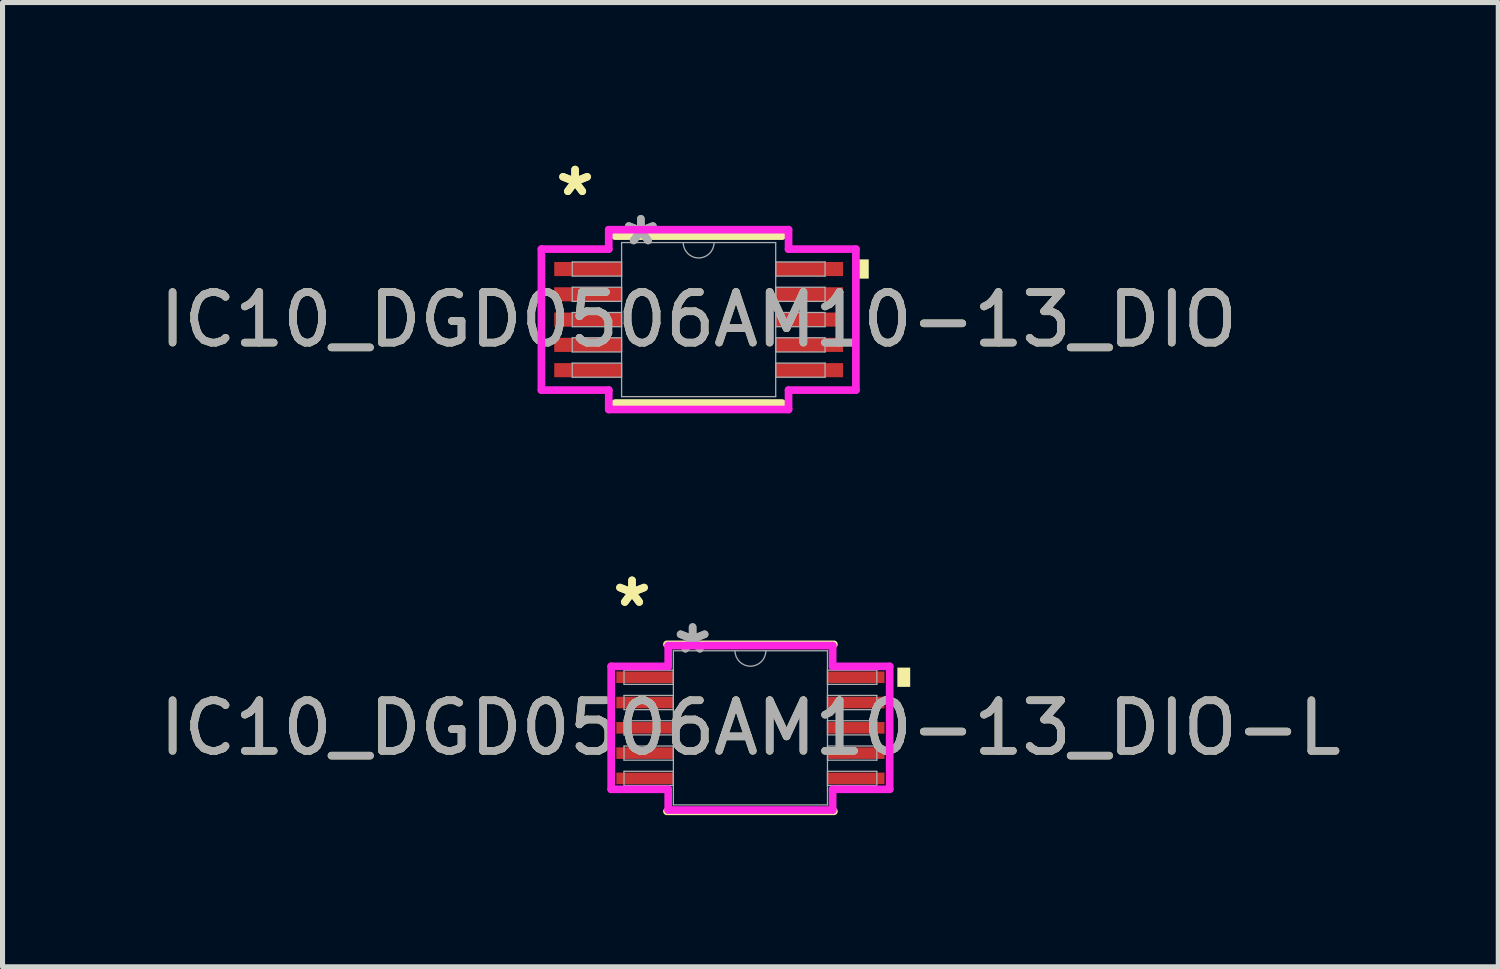
<source format=kicad_pcb>
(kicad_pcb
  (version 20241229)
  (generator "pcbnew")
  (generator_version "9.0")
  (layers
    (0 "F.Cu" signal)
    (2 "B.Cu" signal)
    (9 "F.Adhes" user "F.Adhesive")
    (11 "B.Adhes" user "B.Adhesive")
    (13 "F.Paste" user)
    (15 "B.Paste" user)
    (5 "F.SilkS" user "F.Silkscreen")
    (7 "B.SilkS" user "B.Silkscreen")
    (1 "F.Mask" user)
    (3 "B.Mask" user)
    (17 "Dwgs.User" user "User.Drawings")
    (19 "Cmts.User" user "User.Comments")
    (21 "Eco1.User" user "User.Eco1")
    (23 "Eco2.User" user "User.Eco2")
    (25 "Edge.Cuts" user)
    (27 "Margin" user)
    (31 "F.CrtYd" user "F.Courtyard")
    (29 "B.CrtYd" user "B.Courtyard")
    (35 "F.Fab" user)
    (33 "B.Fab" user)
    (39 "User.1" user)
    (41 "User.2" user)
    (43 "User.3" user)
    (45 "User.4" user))
  (footprint "IC10_DGD0506AM10-13_DIO-L"
    (layer "F.Cu")
    (at 11.792 11.345)
    (property "Reference" "IC10_DGD0506AM10-13_DIO-L" (at 0 0 0) (unlocked yes) (layer "F.SilkS") (effects (font (size 1 1) (thickness 0.15))))
    (attr smd)
    (fp_line (start -1.651 1.651) (end 1.651 1.651) (stroke (width 0.152) (type solid)) (layer "F.SilkS"))
    (fp_line (start 1.651 -1.651) (end -1.651 -1.651) (stroke (width 0.152) (type solid)) (layer "F.SilkS"))
    (fp_poly (pts (xy 3.16 -1.191) (xy 3.16 -0.81) (xy 2.906 -0.81) (xy 2.906 -1.191)) (stroke (width 0) (type solid)) (fill yes) (layer "F.SilkS"))
    (fp_line (start -2.754 -1.216) (end -1.626 -1.216) (stroke (width 0.152) (type solid)) (layer "F.CrtYd"))
    (fp_line (start -2.754 1.216) (end -2.754 -1.216) (stroke (width 0.152) (type solid)) (layer "F.CrtYd"))
    (fp_line (start -2.754 1.216) (end -1.626 1.216) (stroke (width 0.152) (type solid)) (layer "F.CrtYd"))
    (fp_line (start -1.626 -1.626) (end 1.626 -1.626) (stroke (width 0.152) (type solid)) (layer "F.CrtYd"))
    (fp_line (start -1.626 -1.216) (end -1.626 -1.626) (stroke (width 0.152) (type solid)) (layer "F.CrtYd"))
    (fp_line (start -1.626 1.626) (end -1.626 1.216) (stroke (width 0.152) (type solid)) (layer "F.CrtYd"))
    (fp_line (start 1.626 -1.626) (end 1.626 -1.216) (stroke (width 0.152) (type solid)) (layer "F.CrtYd"))
    (fp_line (start 1.626 1.216) (end 1.626 1.626) (stroke (width 0.152) (type solid)) (layer "F.CrtYd"))
    (fp_line (start 1.626 1.626) (end -1.626 1.626) (stroke (width 0.152) (type solid)) (layer "F.CrtYd"))
    (fp_line (start 2.754 -1.216) (end 1.626 -1.216) (stroke (width 0.152) (type solid)) (layer "F.CrtYd"))
    (fp_line (start 2.754 -1.216) (end 2.754 1.216) (stroke (width 0.152) (type solid)) (layer "F.CrtYd"))
    (fp_line (start 2.754 1.216) (end 1.626 1.216) (stroke (width 0.152) (type solid)) (layer "F.CrtYd"))
    (fp_line (start -2.5 -1.14) (end -2.5 -0.86) (stroke (width 0.025) (type solid)) (layer "F.Fab"))
    (fp_line (start -2.5 -0.86) (end -1.524 -0.86) (stroke (width 0.025) (type solid)) (layer "F.Fab"))
    (fp_line (start -2.5 -0.64) (end -2.5 -0.36) (stroke (width 0.025) (type solid)) (layer "F.Fab"))
    (fp_line (start -2.5 -0.36) (end -1.524 -0.36) (stroke (width 0.025) (type solid)) (layer "F.Fab"))
    (fp_line (start -2.5 -0.14) (end -2.5 0.14) (stroke (width 0.025) (type solid)) (layer "F.Fab"))
    (fp_line (start -2.5 0.14) (end -1.524 0.14) (stroke (width 0.025) (type solid)) (layer "F.Fab"))
    (fp_line (start -2.5 0.36) (end -2.5 0.64) (stroke (width 0.025) (type solid)) (layer "F.Fab"))
    (fp_line (start -2.5 0.64) (end -1.524 0.64) (stroke (width 0.025) (type solid)) (layer "F.Fab"))
    (fp_line (start -2.5 0.86) (end -2.5 1.14) (stroke (width 0.025) (type solid)) (layer "F.Fab"))
    (fp_line (start -2.5 1.14) (end -1.524 1.14) (stroke (width 0.025) (type solid)) (layer "F.Fab"))
    (fp_line (start -1.524 -1.524) (end -1.524 1.524) (stroke (width 0.025) (type solid)) (layer "F.Fab"))
    (fp_line (start -1.524 -1.14) (end -2.5 -1.14) (stroke (width 0.025) (type solid)) (layer "F.Fab"))
    (fp_line (start -1.524 -0.86) (end -1.524 -1.14) (stroke (width 0.025) (type solid)) (layer "F.Fab"))
    (fp_line (start -1.524 -0.64) (end -2.5 -0.64) (stroke (width 0.025) (type solid)) (layer "F.Fab"))
    (fp_line (start -1.524 -0.36) (end -1.524 -0.64) (stroke (width 0.025) (type solid)) (layer "F.Fab"))
    (fp_line (start -1.524 -0.14) (end -2.5 -0.14) (stroke (width 0.025) (type solid)) (layer "F.Fab"))
    (fp_line (start -1.524 0.14) (end -1.524 -0.14) (stroke (width 0.025) (type solid)) (layer "F.Fab"))
    (fp_line (start -1.524 0.36) (end -2.5 0.36) (stroke (width 0.025) (type solid)) (layer "F.Fab"))
    (fp_line (start -1.524 0.64) (end -1.524 0.36) (stroke (width 0.025) (type solid)) (layer "F.Fab"))
    (fp_line (start -1.524 0.86) (end -2.5 0.86) (stroke (width 0.025) (type solid)) (layer "F.Fab"))
    (fp_line (start -1.524 1.14) (end -1.524 0.86) (stroke (width 0.025) (type solid)) (layer "F.Fab"))
    (fp_line (start -1.524 1.524) (end 1.524 1.524) (stroke (width 0.025) (type solid)) (layer "F.Fab"))
    (fp_line (start 1.524 -1.524) (end -1.524 -1.524) (stroke (width 0.025) (type solid)) (layer "F.Fab"))
    (fp_line (start 1.524 -1.14) (end 1.524 -0.86) (stroke (width 0.025) (type solid)) (layer "F.Fab"))
    (fp_line (start 1.524 -0.86) (end 2.5 -0.86) (stroke (width 0.025) (type solid)) (layer "F.Fab"))
    (fp_line (start 1.524 -0.64) (end 1.524 -0.36) (stroke (width 0.025) (type solid)) (layer "F.Fab"))
    (fp_line (start 1.524 -0.36) (end 2.5 -0.36) (stroke (width 0.025) (type solid)) (layer "F.Fab"))
    (fp_line (start 1.524 -0.14) (end 1.524 0.14) (stroke (width 0.025) (type solid)) (layer "F.Fab"))
    (fp_line (start 1.524 0.14) (end 2.5 0.14) (stroke (width 0.025) (type solid)) (layer "F.Fab"))
    (fp_line (start 1.524 0.36) (end 1.524 0.64) (stroke (width 0.025) (type solid)) (layer "F.Fab"))
    (fp_line (start 1.524 0.64) (end 2.5 0.64) (stroke (width 0.025) (type solid)) (layer "F.Fab"))
    (fp_line (start 1.524 0.86) (end 1.524 1.14) (stroke (width 0.025) (type solid)) (layer "F.Fab"))
    (fp_line (start 1.524 1.14) (end 2.5 1.14) (stroke (width 0.025) (type solid)) (layer "F.Fab"))
    (fp_line (start 1.524 1.524) (end 1.524 -1.524) (stroke (width 0.025) (type solid)) (layer "F.Fab"))
    (fp_line (start 2.5 -1.14) (end 1.524 -1.14) (stroke (width 0.025) (type solid)) (layer "F.Fab"))
    (fp_line (start 2.5 -0.86) (end 2.5 -1.14) (stroke (width 0.025) (type solid)) (layer "F.Fab"))
    (fp_line (start 2.5 -0.64) (end 1.524 -0.64) (stroke (width 0.025) (type solid)) (layer "F.Fab"))
    (fp_line (start 2.5 -0.36) (end 2.5 -0.64) (stroke (width 0.025) (type solid)) (layer "F.Fab"))
    (fp_line (start 2.5 -0.14) (end 1.524 -0.14) (stroke (width 0.025) (type solid)) (layer "F.Fab"))
    (fp_line (start 2.5 0.14) (end 2.5 -0.14) (stroke (width 0.025) (type solid)) (layer "F.Fab"))
    (fp_line (start 2.5 0.36) (end 1.524 0.36) (stroke (width 0.025) (type solid)) (layer "F.Fab"))
    (fp_line (start 2.5 0.64) (end 2.5 0.36) (stroke (width 0.025) (type solid)) (layer "F.Fab"))
    (fp_line (start 2.5 0.86) (end 1.524 0.86) (stroke (width 0.025) (type solid)) (layer "F.Fab"))
    (fp_line (start 2.5 1.14) (end 2.5 0.86) (stroke (width 0.025) (type solid)) (layer "F.Fab"))
    (fp_arc (start 0.3048 -1.524) (mid 0 -1.2192) (end -0.3048 -1.524) (stroke (width 0.0254) (type solid)) (layer "F.Fab"))
    (fp_text user "*" (at -2.342 -2.372 0) (layer "F.SilkS") (effects (font (size 1 1) (thickness 0.15))))
    (fp_text user "*" (at -2.342 -2.372 0) (unlocked yes) (layer "F.SilkS") (effects (font (size 1 1) (thickness 0.15))))
    (fp_text user "${REFERENCE}" (at 0 0 0) (unlocked yes) (layer "F.Fab") (effects (font (size 1 1) (thickness 0.15))))
    (fp_text user "*" (at -1.143 -1.448 0) (unlocked yes) (layer "F.Fab") (effects (font (size 1 1) (thickness 0.15))))
    (fp_text user "*" (at -1.143 -1.448 0) (layer "F.Fab") (effects (font (size 1 1) (thickness 0.15))))
    (pad "1" smd rect (at -2.088 -1) (size 1.128 0.229) (layers "F.Cu" "F.Mask" "F.Paste"))
    (pad "2" smd rect (at -2.088 -0.5) (size 1.128 0.229) (layers "F.Cu" "F.Mask" "F.Paste"))
    (pad "3" smd rect (at -2.088 0) (size 1.128 0.229) (layers "F.Cu" "F.Mask" "F.Paste"))
    (pad "4" smd rect (at -2.088 0.5) (size 1.128 0.229) (layers "F.Cu" "F.Mask" "F.Paste"))
    (pad "5" smd rect (at -2.088 1) (size 1.128 0.229) (layers "F.Cu" "F.Mask" "F.Paste"))
    (pad "6" smd rect (at 2.088 1) (size 1.128 0.229) (layers "F.Cu" "F.Mask" "F.Paste"))
    (pad "7" smd rect (at 2.088 0.5) (size 1.128 0.229) (layers "F.Cu" "F.Mask" "F.Paste"))
    (pad "8" smd rect (at 2.088 0) (size 1.128 0.229) (layers "F.Cu" "F.Mask" "F.Paste"))
    (pad "9" smd rect (at 2.088 -0.5) (size 1.128 0.229) (layers "F.Cu" "F.Mask" "F.Paste"))
    (pad "10" smd rect (at 2.088 -1) (size 1.128 0.229) (layers "F.Cu" "F.Mask" "F.Paste")))
  (footprint "IC10_DGD0506AM10-13_DIO"
    (layer "F.Cu")
    (at 10.768 3.271)
    (property "Reference" "IC10_DGD0506AM10-13_DIO" (at 0 0 0) (unlocked yes) (layer "F.SilkS") (effects (font (size 1 1) (thickness 0.15))))
    (attr smd)
    (fp_line (start -1.651 1.651) (end 1.651 1.651) (stroke (width 0.152) (type solid)) (layer "F.SilkS"))
    (fp_line (start 1.651 -1.651) (end -1.651 -1.651) (stroke (width 0.152) (type solid)) (layer "F.SilkS"))
    (fp_poly (pts (xy 3.364 -1.191) (xy 3.364 -0.81) (xy 3.11 -0.81) (xy 3.11 -1.191)) (stroke (width 0) (type solid)) (fill yes) (layer "F.SilkS"))
    (fp_line (start -3.11 -1.394) (end -1.778 -1.394) (stroke (width 0.152) (type solid)) (layer "F.CrtYd"))
    (fp_line (start -3.11 1.394) (end -3.11 -1.394) (stroke (width 0.152) (type solid)) (layer "F.CrtYd"))
    (fp_line (start -3.11 1.394) (end -1.778 1.394) (stroke (width 0.152) (type solid)) (layer "F.CrtYd"))
    (fp_line (start -1.778 -1.778) (end 1.778 -1.778) (stroke (width 0.152) (type solid)) (layer "F.CrtYd"))
    (fp_line (start -1.778 -1.394) (end -1.778 -1.778) (stroke (width 0.152) (type solid)) (layer "F.CrtYd"))
    (fp_line (start -1.778 1.778) (end -1.778 1.394) (stroke (width 0.152) (type solid)) (layer "F.CrtYd"))
    (fp_line (start 1.778 -1.778) (end 1.778 -1.394) (stroke (width 0.152) (type solid)) (layer "F.CrtYd"))
    (fp_line (start 1.778 1.394) (end 1.778 1.778) (stroke (width 0.152) (type solid)) (layer "F.CrtYd"))
    (fp_line (start 1.778 1.778) (end -1.778 1.778) (stroke (width 0.152) (type solid)) (layer "F.CrtYd"))
    (fp_line (start 3.11 -1.394) (end 1.778 -1.394) (stroke (width 0.152) (type solid)) (layer "F.CrtYd"))
    (fp_line (start 3.11 -1.394) (end 3.11 1.394) (stroke (width 0.152) (type solid)) (layer "F.CrtYd"))
    (fp_line (start 3.11 1.394) (end 1.778 1.394) (stroke (width 0.152) (type solid)) (layer "F.CrtYd"))
    (fp_line (start -2.5 -1.14) (end -2.5 -0.86) (stroke (width 0.025) (type solid)) (layer "F.Fab"))
    (fp_line (start -2.5 -0.86) (end -1.524 -0.86) (stroke (width 0.025) (type solid)) (layer "F.Fab"))
    (fp_line (start -2.5 -0.64) (end -2.5 -0.36) (stroke (width 0.025) (type solid)) (layer "F.Fab"))
    (fp_line (start -2.5 -0.36) (end -1.524 -0.36) (stroke (width 0.025) (type solid)) (layer "F.Fab"))
    (fp_line (start -2.5 -0.14) (end -2.5 0.14) (stroke (width 0.025) (type solid)) (layer "F.Fab"))
    (fp_line (start -2.5 0.14) (end -1.524 0.14) (stroke (width 0.025) (type solid)) (layer "F.Fab"))
    (fp_line (start -2.5 0.36) (end -2.5 0.64) (stroke (width 0.025) (type solid)) (layer "F.Fab"))
    (fp_line (start -2.5 0.64) (end -1.524 0.64) (stroke (width 0.025) (type solid)) (layer "F.Fab"))
    (fp_line (start -2.5 0.86) (end -2.5 1.14) (stroke (width 0.025) (type solid)) (layer "F.Fab"))
    (fp_line (start -2.5 1.14) (end -1.524 1.14) (stroke (width 0.025) (type solid)) (layer "F.Fab"))
    (fp_line (start -1.524 -1.524) (end -1.524 1.524) (stroke (width 0.025) (type solid)) (layer "F.Fab"))
    (fp_line (start -1.524 -1.14) (end -2.5 -1.14) (stroke (width 0.025) (type solid)) (layer "F.Fab"))
    (fp_line (start -1.524 -0.86) (end -1.524 -1.14) (stroke (width 0.025) (type solid)) (layer "F.Fab"))
    (fp_line (start -1.524 -0.64) (end -2.5 -0.64) (stroke (width 0.025) (type solid)) (layer "F.Fab"))
    (fp_line (start -1.524 -0.36) (end -1.524 -0.64) (stroke (width 0.025) (type solid)) (layer "F.Fab"))
    (fp_line (start -1.524 -0.14) (end -2.5 -0.14) (stroke (width 0.025) (type solid)) (layer "F.Fab"))
    (fp_line (start -1.524 0.14) (end -1.524 -0.14) (stroke (width 0.025) (type solid)) (layer "F.Fab"))
    (fp_line (start -1.524 0.36) (end -2.5 0.36) (stroke (width 0.025) (type solid)) (layer "F.Fab"))
    (fp_line (start -1.524 0.64) (end -1.524 0.36) (stroke (width 0.025) (type solid)) (layer "F.Fab"))
    (fp_line (start -1.524 0.86) (end -2.5 0.86) (stroke (width 0.025) (type solid)) (layer "F.Fab"))
    (fp_line (start -1.524 1.14) (end -1.524 0.86) (stroke (width 0.025) (type solid)) (layer "F.Fab"))
    (fp_line (start -1.524 1.524) (end 1.524 1.524) (stroke (width 0.025) (type solid)) (layer "F.Fab"))
    (fp_line (start 1.524 -1.524) (end -1.524 -1.524) (stroke (width 0.025) (type solid)) (layer "F.Fab"))
    (fp_line (start 1.524 -1.14) (end 1.524 -0.86) (stroke (width 0.025) (type solid)) (layer "F.Fab"))
    (fp_line (start 1.524 -0.86) (end 2.5 -0.86) (stroke (width 0.025) (type solid)) (layer "F.Fab"))
    (fp_line (start 1.524 -0.64) (end 1.524 -0.36) (stroke (width 0.025) (type solid)) (layer "F.Fab"))
    (fp_line (start 1.524 -0.36) (end 2.5 -0.36) (stroke (width 0.025) (type solid)) (layer "F.Fab"))
    (fp_line (start 1.524 -0.14) (end 1.524 0.14) (stroke (width 0.025) (type solid)) (layer "F.Fab"))
    (fp_line (start 1.524 0.14) (end 2.5 0.14) (stroke (width 0.025) (type solid)) (layer "F.Fab"))
    (fp_line (start 1.524 0.36) (end 1.524 0.64) (stroke (width 0.025) (type solid)) (layer "F.Fab"))
    (fp_line (start 1.524 0.64) (end 2.5 0.64) (stroke (width 0.025) (type solid)) (layer "F.Fab"))
    (fp_line (start 1.524 0.86) (end 1.524 1.14) (stroke (width 0.025) (type solid)) (layer "F.Fab"))
    (fp_line (start 1.524 1.14) (end 2.5 1.14) (stroke (width 0.025) (type solid)) (layer "F.Fab"))
    (fp_line (start 1.524 1.524) (end 1.524 -1.524) (stroke (width 0.025) (type solid)) (layer "F.Fab"))
    (fp_line (start 2.5 -1.14) (end 1.524 -1.14) (stroke (width 0.025) (type solid)) (layer "F.Fab"))
    (fp_line (start 2.5 -0.86) (end 2.5 -1.14) (stroke (width 0.025) (type solid)) (layer "F.Fab"))
    (fp_line (start 2.5 -0.64) (end 1.524 -0.64) (stroke (width 0.025) (type solid)) (layer "F.Fab"))
    (fp_line (start 2.5 -0.36) (end 2.5 -0.64) (stroke (width 0.025) (type solid)) (layer "F.Fab"))
    (fp_line (start 2.5 -0.14) (end 1.524 -0.14) (stroke (width 0.025) (type solid)) (layer "F.Fab"))
    (fp_line (start 2.5 0.14) (end 2.5 -0.14) (stroke (width 0.025) (type solid)) (layer "F.Fab"))
    (fp_line (start 2.5 0.36) (end 1.524 0.36) (stroke (width 0.025) (type solid)) (layer "F.Fab"))
    (fp_line (start 2.5 0.64) (end 2.5 0.36) (stroke (width 0.025) (type solid)) (layer "F.Fab"))
    (fp_line (start 2.5 0.86) (end 1.524 0.86) (stroke (width 0.025) (type solid)) (layer "F.Fab"))
    (fp_line (start 2.5 1.14) (end 2.5 0.86) (stroke (width 0.025) (type solid)) (layer "F.Fab"))
    (fp_arc (start 0.3048 -1.524) (mid 0 -1.2192) (end -0.3048 -1.524) (stroke (width 0.0254) (type solid)) (layer "F.Fab"))
    (fp_text user "*" (at -2.444 -2.422 0) (unlocked yes) (layer "F.SilkS") (effects (font (size 1 1) (thickness 0.15))))
    (fp_text user "*" (at -2.444 -2.422 0) (layer "F.SilkS") (effects (font (size 1 1) (thickness 0.15))))
    (fp_text user "${REFERENCE}" (at 0 0 0) (unlocked yes) (layer "F.Fab") (effects (font (size 1 1) (thickness 0.15))))
    (fp_text user "*" (at -1.143 -1.448 0) (layer "F.Fab") (effects (font (size 1 1) (thickness 0.15))))
    (fp_text user "*" (at -1.143 -1.448 0) (unlocked yes) (layer "F.Fab") (effects (font (size 1 1) (thickness 0.15))))
    (pad "1" smd rect (at -2.19 -1) (size 1.332 0.279) (layers "F.Cu" "F.Mask" "F.Paste"))
    (pad "2" smd rect (at -2.19 -0.5) (size 1.332 0.279) (layers "F.Cu" "F.Mask" "F.Paste"))
    (pad "3" smd rect (at -2.19 0) (size 1.332 0.279) (layers "F.Cu" "F.Mask" "F.Paste"))
    (pad "4" smd rect (at -2.19 0.5) (size 1.332 0.279) (layers "F.Cu" "F.Mask" "F.Paste"))
    (pad "5" smd rect (at -2.19 1) (size 1.332 0.279) (layers "F.Cu" "F.Mask" "F.Paste"))
    (pad "6" smd rect (at 2.19 1) (size 1.332 0.279) (layers "F.Cu" "F.Mask" "F.Paste"))
    (pad "7" smd rect (at 2.19 0.5) (size 1.332 0.279) (layers "F.Cu" "F.Mask" "F.Paste"))
    (pad "8" smd rect (at 2.19 0) (size 1.332 0.279) (layers "F.Cu" "F.Mask" "F.Paste"))
    (pad "9" smd rect (at 2.19 -0.5) (size 1.332 0.279) (layers "F.Cu" "F.Mask" "F.Paste"))
    (pad "10" smd rect (at 2.19 -1) (size 1.332 0.279) (layers "F.Cu" "F.Mask" "F.Paste")))
  (gr_rect
    (start -3 -3)
    (end 26.583 16.072)
    (stroke (width 0.1) (type default))
    (fill no)
    (layer "Edge.Cuts")))
</source>
